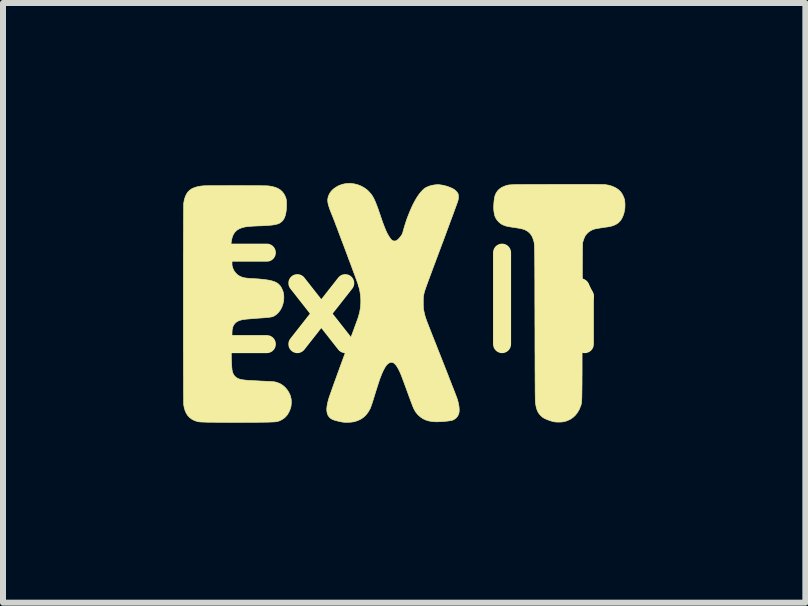
<source format=kicad_pcb>
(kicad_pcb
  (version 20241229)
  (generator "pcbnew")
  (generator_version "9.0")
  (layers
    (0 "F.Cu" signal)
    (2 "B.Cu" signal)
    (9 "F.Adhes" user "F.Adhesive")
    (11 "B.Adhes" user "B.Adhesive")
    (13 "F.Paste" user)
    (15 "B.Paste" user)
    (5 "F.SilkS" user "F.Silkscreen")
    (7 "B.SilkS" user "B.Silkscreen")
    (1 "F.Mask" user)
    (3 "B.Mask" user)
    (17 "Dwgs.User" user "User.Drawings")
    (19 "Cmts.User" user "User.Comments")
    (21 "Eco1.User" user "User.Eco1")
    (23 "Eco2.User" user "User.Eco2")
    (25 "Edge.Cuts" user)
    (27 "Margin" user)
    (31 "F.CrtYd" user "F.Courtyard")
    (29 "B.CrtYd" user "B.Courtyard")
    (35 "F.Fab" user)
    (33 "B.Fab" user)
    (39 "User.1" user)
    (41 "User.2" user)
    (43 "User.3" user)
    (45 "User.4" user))
  (footprint "Ext In"
    (layer "F.Cu")
    (at 3.682 1.994)
    (property "Reference" "Ext In" (at 0 0 0) (layer "F.SilkS") (effects (font (size 1.524 1.524) (thickness 0.3))))
    (attr through_hole)
    (fp_poly (pts (xy 2.992 -1.972) (xy 3.057 -1.972) (xy 3.115 -1.972) (xy 3.166 -1.972) (xy 3.211 -1.971) (xy 3.249 -1.971) (xy 3.281 -1.971) (xy 3.307 -1.97) (xy 3.327 -1.97) (xy 3.342 -1.969) (xy 3.351 -1.969) (xy 3.353 -1.968) (xy 3.411 -1.958) (xy 3.465 -1.942) (xy 3.514 -1.921) (xy 3.557 -1.895) (xy 3.594 -1.864) (xy 3.611 -1.844) (xy 3.632 -1.815) (xy 3.65 -1.78) (xy 3.665 -1.744) (xy 3.673 -1.719) (xy 3.677 -1.697) (xy 3.679 -1.669) (xy 3.681 -1.638) (xy 3.68 -1.606) (xy 3.679 -1.576) (xy 3.676 -1.551) (xy 3.675 -1.545) (xy 3.662 -1.488) (xy 3.645 -1.439) (xy 3.624 -1.396) (xy 3.599 -1.361) (xy 3.569 -1.331) (xy 3.533 -1.307) (xy 3.492 -1.288) (xy 3.444 -1.273) (xy 3.39 -1.263) (xy 3.378 -1.262) (xy 3.351 -1.258) (xy 3.321 -1.254) (xy 3.29 -1.249) (xy 3.259 -1.244) (xy 3.23 -1.239) (xy 3.205 -1.235) (xy 3.186 -1.231) (xy 3.177 -1.229) (xy 3.139 -1.216) (xy 3.103 -1.197) (xy 3.069 -1.173) (xy 3.041 -1.145) (xy 3.019 -1.116) (xy 3.008 -1.094) (xy 2.997 -1.067) (xy 2.986 -1.038) (xy 2.978 -1.009) (xy 2.975 -0.997) (xy 2.975 -0.992) (xy 2.974 -0.984) (xy 2.974 -0.972) (xy 2.974 -0.955) (xy 2.973 -0.934) (xy 2.973 -0.909) (xy 2.972 -0.878) (xy 2.972 -0.843) (xy 2.972 -0.802) (xy 2.971 -0.755) (xy 2.971 -0.703) (xy 2.971 -0.644) (xy 2.97 -0.58) (xy 2.97 -0.509) (xy 2.97 -0.431) (xy 2.969 -0.346) (xy 2.969 -0.254) (xy 2.969 -0.155) (xy 2.968 -0.049) (xy 2.968 0.066) (xy 2.968 0.188) (xy 2.968 0.319) (xy 2.968 0.328) (xy 2.967 0.454) (xy 2.967 0.571) (xy 2.967 0.681) (xy 2.967 0.782) (xy 2.966 0.877) (xy 2.966 0.965) (xy 2.966 1.045) (xy 2.966 1.12) (xy 2.966 1.188) (xy 2.965 1.25) (xy 2.965 1.307) (xy 2.965 1.358) (xy 2.964 1.405) (xy 2.964 1.447) (xy 2.963 1.484) (xy 2.963 1.517) (xy 2.962 1.546) (xy 2.962 1.572) (xy 2.961 1.594) (xy 2.96 1.614) (xy 2.959 1.631) (xy 2.958 1.645) (xy 2.957 1.657) (xy 2.956 1.667) (xy 2.955 1.676) (xy 2.953 1.684) (xy 2.952 1.69) (xy 2.95 1.696) (xy 2.949 1.702) (xy 2.947 1.707) (xy 2.945 1.713) (xy 2.942 1.719) (xy 2.94 1.725) (xy 2.918 1.78) (xy 2.889 1.829) (xy 2.855 1.873) (xy 2.816 1.91) (xy 2.772 1.94) (xy 2.722 1.964) (xy 2.682 1.977) (xy 2.655 1.983) (xy 2.622 1.987) (xy 2.587 1.988) (xy 2.552 1.988) (xy 2.519 1.986) (xy 2.5 1.983) (xy 2.448 1.97) (xy 2.394 1.951) (xy 2.354 1.934) (xy 2.332 1.923) (xy 2.315 1.913) (xy 2.3 1.901) (xy 2.284 1.887) (xy 2.277 1.88) (xy 2.256 1.857) (xy 2.238 1.832) (xy 2.224 1.806) (xy 2.212 1.775) (xy 2.202 1.74) (xy 2.194 1.698) (xy 2.19 1.679) (xy 2.19 1.674) (xy 2.189 1.668) (xy 2.188 1.661) (xy 2.188 1.652) (xy 2.187 1.641) (xy 2.187 1.627) (xy 2.186 1.611) (xy 2.186 1.593) (xy 2.186 1.571) (xy 2.185 1.546) (xy 2.185 1.517) (xy 2.184 1.484) (xy 2.184 1.446) (xy 2.184 1.404) (xy 2.184 1.358) (xy 2.183 1.306) (xy 2.183 1.249) (xy 2.183 1.186) (xy 2.182 1.117) (xy 2.182 1.042) (xy 2.182 0.96) (xy 2.182 0.872) (xy 2.181 0.776) (xy 2.181 0.673) (xy 2.181 0.562) (xy 2.181 0.443) (xy 2.18 0.351) (xy 2.18 0.226) (xy 2.18 0.108) (xy 2.179 -0.001) (xy 2.179 -0.103) (xy 2.179 -0.198) (xy 2.179 -0.286) (xy 2.179 -0.366) (xy 2.178 -0.441) (xy 2.178 -0.509) (xy 2.178 -0.572) (xy 2.177 -0.629) (xy 2.177 -0.68) (xy 2.177 -0.727) (xy 2.176 -0.769) (xy 2.176 -0.806) (xy 2.175 -0.84) (xy 2.175 -0.869) (xy 2.174 -0.895) (xy 2.173 -0.918) (xy 2.172 -0.938) (xy 2.172 -0.955) (xy 2.171 -0.97) (xy 2.169 -0.982) (xy 2.168 -0.993) (xy 2.167 -1.002) (xy 2.166 -1.011) (xy 2.164 -1.018) (xy 2.163 -1.024) (xy 2.161 -1.03) (xy 2.159 -1.036) (xy 2.157 -1.043) (xy 2.155 -1.05) (xy 2.154 -1.052) (xy 2.137 -1.097) (xy 2.114 -1.136) (xy 2.085 -1.169) (xy 2.05 -1.196) (xy 2.009 -1.217) (xy 1.992 -1.223) (xy 1.975 -1.228) (xy 1.951 -1.234) (xy 1.921 -1.24) (xy 1.886 -1.246) (xy 1.848 -1.252) (xy 1.807 -1.258) (xy 1.786 -1.261) (xy 1.739 -1.269) (xy 1.698 -1.278) (xy 1.664 -1.29) (xy 1.633 -1.304) (xy 1.606 -1.322) (xy 1.58 -1.344) (xy 1.574 -1.35) (xy 1.549 -1.378) (xy 1.529 -1.409) (xy 1.514 -1.442) (xy 1.504 -1.48) (xy 1.497 -1.524) (xy 1.495 -1.543) (xy 1.493 -1.578) (xy 1.494 -1.618) (xy 1.496 -1.659) (xy 1.5 -1.7) (xy 1.505 -1.738) (xy 1.512 -1.772) (xy 1.516 -1.786) (xy 1.533 -1.826) (xy 1.557 -1.862) (xy 1.587 -1.893) (xy 1.623 -1.919) (xy 1.666 -1.939) (xy 1.681 -1.945) (xy 1.69 -1.948) (xy 1.698 -1.951) (xy 1.706 -1.953) (xy 1.714 -1.956) (xy 1.722 -1.958) (xy 1.73 -1.96) (xy 1.74 -1.961) (xy 1.751 -1.963) (xy 1.764 -1.964) (xy 1.78 -1.965) (xy 1.798 -1.966) (xy 1.819 -1.967) (xy 1.843 -1.968) (xy 1.871 -1.969) (xy 1.903 -1.969) (xy 1.94 -1.97) (xy 1.982 -1.97) (xy 2.029 -1.97) (xy 2.082 -1.971) (xy 2.14 -1.971) (xy 2.206 -1.971) (xy 2.278 -1.971) (xy 2.358 -1.971) (xy 2.445 -1.972) (xy 2.54 -1.972) (xy 2.551 -1.972) (xy 2.655 -1.972) (xy 2.751 -1.972) (xy 2.839 -1.972) (xy 2.919 -1.972) (xy 2.992 -1.972)) (stroke (width 0.01) (type solid)) (fill yes) (layer "F.SilkS"))
    (fp_poly (pts (xy -2.724 -1.952) (xy -2.64 -1.951) (xy -2.564 -1.951) (xy -2.497 -1.951) (xy -2.437 -1.951) (xy -2.387 -1.95) (xy -2.344 -1.949) (xy -2.31 -1.949) (xy -2.285 -1.948) (xy -2.268 -1.947) (xy -2.262 -1.947) (xy -2.203 -1.938) (xy -2.15 -1.924) (xy -2.104 -1.906) (xy -2.065 -1.882) (xy -2.031 -1.852) (xy -2.004 -1.818) (xy -1.988 -1.789) (xy -1.978 -1.767) (xy -1.97 -1.748) (xy -1.965 -1.728) (xy -1.961 -1.707) (xy -1.959 -1.682) (xy -1.958 -1.652) (xy -1.958 -1.628) (xy -1.96 -1.565) (xy -1.967 -1.509) (xy -1.977 -1.46) (xy -1.992 -1.418) (xy -2.011 -1.383) (xy -2.035 -1.355) (xy -2.063 -1.333) (xy -2.08 -1.323) (xy -2.097 -1.316) (xy -2.117 -1.31) (xy -2.139 -1.304) (xy -2.165 -1.299) (xy -2.195 -1.295) (xy -2.23 -1.291) (xy -2.27 -1.288) (xy -2.317 -1.285) (xy -2.37 -1.282) (xy -2.431 -1.28) (xy -2.462 -1.279) (xy -2.522 -1.276) (xy -2.574 -1.272) (xy -2.62 -1.267) (xy -2.659 -1.261) (xy -2.694 -1.252) (xy -2.723 -1.242) (xy -2.75 -1.23) (xy -2.773 -1.216) (xy -2.786 -1.207) (xy -2.809 -1.186) (xy -2.828 -1.163) (xy -2.844 -1.137) (xy -2.858 -1.106) (xy -2.868 -1.071) (xy -2.877 -1.03) (xy -2.883 -0.982) (xy -2.887 -0.928) (xy -2.89 -0.867) (xy -2.89 -0.863) (xy -2.891 -0.814) (xy -2.89 -0.773) (xy -2.889 -0.737) (xy -2.886 -0.705) (xy -2.881 -0.674) (xy -2.875 -0.645) (xy -2.872 -0.631) (xy -2.855 -0.58) (xy -2.834 -0.535) (xy -2.807 -0.498) (xy -2.776 -0.467) (xy -2.739 -0.443) (xy -2.699 -0.426) (xy -2.685 -0.422) (xy -2.666 -0.417) (xy -2.644 -0.413) (xy -2.618 -0.41) (xy -2.588 -0.407) (xy -2.552 -0.404) (xy -2.515 -0.402) (xy -2.445 -0.398) (xy -2.383 -0.393) (xy -2.328 -0.387) (xy -2.28 -0.38) (xy -2.238 -0.373) (xy -2.201 -0.364) (xy -2.169 -0.354) (xy -2.142 -0.343) (xy -2.118 -0.33) (xy -2.097 -0.315) (xy -2.079 -0.298) (xy -2.072 -0.291) (xy -2.057 -0.272) (xy -2.042 -0.247) (xy -2.029 -0.219) (xy -2.018 -0.191) (xy -2.013 -0.176) (xy -2.007 -0.147) (xy -2.004 -0.114) (xy -2.003 -0.08) (xy -2.005 -0.047) (xy -2.006 -0.033) (xy -2.018 0.02) (xy -2.035 0.07) (xy -2.058 0.115) (xy -2.086 0.154) (xy -2.119 0.188) (xy -2.141 0.205) (xy -2.153 0.213) (xy -2.163 0.219) (xy -2.174 0.225) (xy -2.185 0.23) (xy -2.198 0.234) (xy -2.213 0.237) (xy -2.231 0.24) (xy -2.254 0.243) (xy -2.281 0.246) (xy -2.314 0.249) (xy -2.353 0.252) (xy -2.4 0.255) (xy -2.413 0.256) (xy -2.467 0.26) (xy -2.514 0.264) (xy -2.554 0.267) (xy -2.587 0.27) (xy -2.616 0.272) (xy -2.639 0.275) (xy -2.659 0.277) (xy -2.675 0.279) (xy -2.689 0.282) (xy -2.701 0.284) (xy -2.713 0.287) (xy -2.717 0.288) (xy -2.758 0.302) (xy -2.792 0.321) (xy -2.819 0.345) (xy -2.841 0.375) (xy -2.856 0.41) (xy -2.864 0.442) (xy -2.868 0.467) (xy -2.871 0.499) (xy -2.873 0.537) (xy -2.875 0.58) (xy -2.877 0.628) (xy -2.878 0.679) (xy -2.879 0.732) (xy -2.879 0.786) (xy -2.879 0.84) (xy -2.878 0.893) (xy -2.877 0.944) (xy -2.875 0.992) (xy -2.873 1.035) (xy -2.87 1.074) (xy -2.867 1.106) (xy -2.864 1.13) (xy -2.853 1.17) (xy -2.836 1.204) (xy -2.813 1.231) (xy -2.784 1.253) (xy -2.767 1.262) (xy -2.753 1.267) (xy -2.738 1.273) (xy -2.721 1.277) (xy -2.702 1.281) (xy -2.679 1.285) (xy -2.653 1.288) (xy -2.622 1.291) (xy -2.585 1.294) (xy -2.542 1.296) (xy -2.492 1.299) (xy -2.434 1.302) (xy -2.379 1.305) (xy -2.332 1.307) (xy -2.292 1.309) (xy -2.259 1.31) (xy -2.231 1.312) (xy -2.208 1.313) (xy -2.189 1.315) (xy -2.174 1.316) (xy -2.162 1.317) (xy -2.153 1.319) (xy -2.145 1.32) (xy -2.138 1.322) (xy -2.131 1.324) (xy -2.124 1.326) (xy -2.121 1.327) (xy -2.102 1.334) (xy -2.084 1.34) (xy -2.071 1.346) (xy -2.068 1.347) (xy -2.024 1.374) (xy -1.984 1.408) (xy -1.95 1.447) (xy -1.921 1.491) (xy -1.898 1.539) (xy -1.884 1.59) (xy -1.884 1.59) (xy -1.88 1.613) (xy -1.879 1.642) (xy -1.879 1.673) (xy -1.881 1.703) (xy -1.884 1.729) (xy -1.885 1.734) (xy -1.902 1.786) (xy -1.924 1.833) (xy -1.951 1.875) (xy -1.984 1.911) (xy -2.023 1.94) (xy -2.052 1.956) (xy -2.068 1.964) (xy -2.083 1.97) (xy -2.097 1.975) (xy -2.112 1.979) (xy -2.129 1.982) (xy -2.148 1.984) (xy -2.172 1.986) (xy -2.201 1.987) (xy -2.236 1.988) (xy -2.278 1.99) (xy -2.288 1.99) (xy -2.318 1.99) (xy -2.356 1.991) (xy -2.399 1.991) (xy -2.449 1.992) (xy -2.503 1.992) (xy -2.561 1.992) (xy -2.622 1.992) (xy -2.685 1.993) (xy -2.75 1.993) (xy -2.815 1.993) (xy -2.88 1.993) (xy -2.944 1.993) (xy -3.006 1.992) (xy -3.065 1.992) (xy -3.121 1.992) (xy -3.172 1.991) (xy -3.218 1.991) (xy -3.258 1.991) (xy -3.291 1.99) (xy -3.313 1.989) (xy -3.347 1.988) (xy -3.375 1.987) (xy -3.397 1.986) (xy -3.414 1.984) (xy -3.428 1.982) (xy -3.441 1.979) (xy -3.446 1.978) (xy -3.494 1.962) (xy -3.536 1.94) (xy -3.572 1.913) (xy -3.603 1.881) (xy -3.628 1.842) (xy -3.648 1.798) (xy -3.663 1.746) (xy -3.671 1.702) (xy -3.672 1.694) (xy -3.672 1.679) (xy -3.673 1.655) (xy -3.673 1.625) (xy -3.673 1.587) (xy -3.674 1.542) (xy -3.674 1.492) (xy -3.675 1.435) (xy -3.675 1.372) (xy -3.675 1.305) (xy -3.675 1.232) (xy -3.676 1.155) (xy -3.676 1.074) (xy -3.676 0.988) (xy -3.676 0.9) (xy -3.677 0.808) (xy -3.677 0.713) (xy -3.677 0.616) (xy -3.677 0.517) (xy -3.677 0.416) (xy -3.677 0.314) (xy -3.677 0.211) (xy -3.677 0.107) (xy -3.677 0.003) (xy -3.677 -0.101) (xy -3.677 -0.205) (xy -3.677 -0.308) (xy -3.677 -0.41) (xy -3.677 -0.51) (xy -3.677 -0.608) (xy -3.677 -0.705) (xy -3.677 -0.798) (xy -3.676 -0.889) (xy -3.676 -0.977) (xy -3.676 -1.06) (xy -3.676 -1.14) (xy -3.675 -1.216) (xy -3.675 -1.287) (xy -3.675 -1.353) (xy -3.674 -1.413) (xy -3.674 -1.468) (xy -3.674 -1.517) (xy -3.673 -1.559) (xy -3.673 -1.594) (xy -3.673 -1.623) (xy -3.672 -1.643) (xy -3.672 -1.656) (xy -3.671 -1.66) (xy -3.661 -1.716) (xy -3.646 -1.765) (xy -3.627 -1.806) (xy -3.604 -1.842) (xy -3.575 -1.872) (xy -3.54 -1.897) (xy -3.499 -1.916) (xy -3.452 -1.931) (xy -3.397 -1.942) (xy -3.374 -1.945) (xy -3.365 -1.946) (xy -3.355 -1.947) (xy -3.341 -1.948) (xy -3.325 -1.949) (xy -3.306 -1.949) (xy -3.282 -1.95) (xy -3.255 -1.95) (xy -3.222 -1.951) (xy -3.184 -1.951) (xy -3.141 -1.951) (xy -3.092 -1.951) (xy -3.036 -1.951) (xy -2.972 -1.951) (xy -2.902 -1.952) (xy -2.823 -1.952) (xy -2.817 -1.952) (xy -2.724 -1.952)) (stroke (width 0.01) (type solid)) (fill yes) (layer "F.SilkS"))
    (fp_poly (pts (xy -0.886 -1.988) (xy -0.826 -1.98) (xy -0.768 -1.965) (xy -0.713 -1.943) (xy -0.662 -1.914) (xy -0.615 -1.88) (xy -0.597 -1.863) (xy -0.578 -1.843) (xy -0.561 -1.824) (xy -0.544 -1.803) (xy -0.529 -1.781) (xy -0.514 -1.756) (xy -0.499 -1.727) (xy -0.484 -1.695) (xy -0.469 -1.659) (xy -0.453 -1.617) (xy -0.435 -1.569) (xy -0.416 -1.514) (xy -0.395 -1.453) (xy -0.392 -1.444) (xy -0.372 -1.385) (xy -0.354 -1.334) (xy -0.337 -1.289) (xy -0.322 -1.25) (xy -0.308 -1.216) (xy -0.295 -1.186) (xy -0.283 -1.161) (xy -0.27 -1.138) (xy -0.266 -1.13) (xy -0.247 -1.099) (xy -0.23 -1.074) (xy -0.216 -1.056) (xy -0.203 -1.043) (xy -0.189 -1.035) (xy -0.176 -1.03) (xy -0.16 -1.029) (xy -0.159 -1.029) (xy -0.142 -1.03) (xy -0.126 -1.036) (xy -0.111 -1.047) (xy -0.093 -1.063) (xy -0.08 -1.077) (xy -0.059 -1.102) (xy -0.043 -1.123) (xy -0.032 -1.143) (xy -0.023 -1.164) (xy -0.017 -1.187) (xy -0.002 -1.241) (xy 0.016 -1.3) (xy 0.036 -1.363) (xy 0.059 -1.427) (xy 0.084 -1.49) (xy 0.109 -1.55) (xy 0.134 -1.606) (xy 0.144 -1.628) (xy 0.177 -1.691) (xy 0.21 -1.748) (xy 0.243 -1.798) (xy 0.277 -1.841) (xy 0.31 -1.877) (xy 0.342 -1.905) (xy 0.371 -1.923) (xy 0.409 -1.939) (xy 0.452 -1.953) (xy 0.497 -1.962) (xy 0.542 -1.967) (xy 0.583 -1.967) (xy 0.586 -1.967) (xy 0.646 -1.958) (xy 0.707 -1.943) (xy 0.766 -1.922) (xy 0.811 -1.902) (xy 0.835 -1.887) (xy 0.858 -1.869) (xy 0.877 -1.849) (xy 0.892 -1.83) (xy 0.901 -1.811) (xy 0.902 -1.81) (xy 0.906 -1.784) (xy 0.906 -1.754) (xy 0.903 -1.724) (xy 0.898 -1.702) (xy 0.895 -1.693) (xy 0.89 -1.676) (xy 0.881 -1.653) (xy 0.87 -1.622) (xy 0.857 -1.586) (xy 0.841 -1.543) (xy 0.824 -1.495) (xy 0.804 -1.441) (xy 0.782 -1.383) (xy 0.759 -1.321) (xy 0.735 -1.255) (xy 0.709 -1.185) (xy 0.682 -1.111) (xy 0.654 -1.036) (xy 0.624 -0.957) (xy 0.594 -0.877) (xy 0.564 -0.796) (xy 0.533 -0.713) (xy 0.508 -0.646) (xy 0.482 -0.577) (xy 0.459 -0.515) (xy 0.439 -0.461) (xy 0.421 -0.412) (xy 0.405 -0.37) (xy 0.392 -0.333) (xy 0.38 -0.301) (xy 0.37 -0.274) (xy 0.362 -0.25) (xy 0.355 -0.23) (xy 0.349 -0.213) (xy 0.344 -0.198) (xy 0.34 -0.184) (xy 0.337 -0.173) (xy 0.334 -0.162) (xy 0.332 -0.151) (xy 0.329 -0.141) (xy 0.329 -0.14) (xy 0.326 -0.123) (xy 0.323 -0.107) (xy 0.322 -0.091) (xy 0.321 -0.072) (xy 0.32 -0.049) (xy 0.32 -0.02) (xy 0.32 -0.006) (xy 0.32 0.03) (xy 0.321 0.059) (xy 0.322 0.085) (xy 0.325 0.109) (xy 0.329 0.133) (xy 0.335 0.159) (xy 0.342 0.191) (xy 0.343 0.196) (xy 0.346 0.207) (xy 0.349 0.218) (xy 0.352 0.229) (xy 0.355 0.24) (xy 0.359 0.252) (xy 0.364 0.266) (xy 0.37 0.282) (xy 0.376 0.301) (xy 0.385 0.323) (xy 0.395 0.348) (xy 0.406 0.378) (xy 0.42 0.413) (xy 0.436 0.454) (xy 0.454 0.5) (xy 0.475 0.553) (xy 0.499 0.614) (xy 0.506 0.631) (xy 0.531 0.694) (xy 0.556 0.758) (xy 0.582 0.824) (xy 0.608 0.889) (xy 0.634 0.955) (xy 0.66 1.021) (xy 0.685 1.085) (xy 0.71 1.148) (xy 0.734 1.209) (xy 0.756 1.267) (xy 0.778 1.323) (xy 0.798 1.375) (xy 0.817 1.422) (xy 0.834 1.466) (xy 0.849 1.504) (xy 0.861 1.537) (xy 0.872 1.564) (xy 0.879 1.584) (xy 0.884 1.597) (xy 0.886 1.602) (xy 0.899 1.648) (xy 0.909 1.693) (xy 0.916 1.736) (xy 0.919 1.776) (xy 0.918 1.811) (xy 0.914 1.84) (xy 0.912 1.844) (xy 0.898 1.88) (xy 0.877 1.91) (xy 0.85 1.934) (xy 0.818 1.953) (xy 0.8 1.959) (xy 0.787 1.962) (xy 0.768 1.966) (xy 0.742 1.969) (xy 0.712 1.973) (xy 0.678 1.976) (xy 0.643 1.979) (xy 0.613 1.981) (xy 0.543 1.984) (xy 0.478 1.98) (xy 0.42 1.971) (xy 0.367 1.956) (xy 0.319 1.934) (xy 0.276 1.906) (xy 0.237 1.872) (xy 0.203 1.833) (xy 0.194 1.82) (xy 0.185 1.806) (xy 0.177 1.792) (xy 0.168 1.776) (xy 0.159 1.757) (xy 0.149 1.735) (xy 0.139 1.709) (xy 0.127 1.677) (xy 0.113 1.641) (xy 0.097 1.597) (xy 0.078 1.547) (xy 0.077 1.543) (xy 0.055 1.483) (xy 0.036 1.43) (xy 0.019 1.385) (xy 0.005 1.345) (xy -0.008 1.311) (xy -0.019 1.282) (xy -0.028 1.257) (xy -0.036 1.236) (xy -0.043 1.218) (xy -0.049 1.202) (xy -0.055 1.188) (xy -0.06 1.176) (xy -0.065 1.164) (xy -0.067 1.161) (xy -0.09 1.112) (xy -0.113 1.072) (xy -0.135 1.04) (xy -0.156 1.017) (xy -0.177 1.001) (xy -0.198 0.993) (xy -0.219 0.992) (xy -0.222 0.993) (xy -0.246 1.002) (xy -0.269 1.017) (xy -0.291 1.039) (xy -0.312 1.068) (xy -0.316 1.075) (xy -0.329 1.098) (xy -0.342 1.122) (xy -0.354 1.147) (xy -0.366 1.173) (xy -0.378 1.203) (xy -0.391 1.236) (xy -0.405 1.273) (xy -0.419 1.315) (xy -0.434 1.362) (xy -0.451 1.415) (xy -0.47 1.474) (xy -0.491 1.542) (xy -0.496 1.558) (xy -0.512 1.611) (xy -0.526 1.656) (xy -0.539 1.694) (xy -0.55 1.725) (xy -0.559 1.749) (xy -0.566 1.767) (xy -0.567 1.767) (xy -0.596 1.819) (xy -0.63 1.864) (xy -0.669 1.903) (xy -0.714 1.935) (xy -0.764 1.96) (xy -0.819 1.979) (xy -0.84 1.984) (xy -0.857 1.986) (xy -0.879 1.989) (xy -0.905 1.991) (xy -0.933 1.992) (xy -0.96 1.992) (xy -0.983 1.992) (xy -1.001 1.991) (xy -1.001 1.991) (xy -1.032 1.987) (xy -1.065 1.981) (xy -1.099 1.973) (xy -1.132 1.965) (xy -1.161 1.956) (xy -1.185 1.948) (xy -1.192 1.945) (xy -1.223 1.927) (xy -1.247 1.904) (xy -1.266 1.878) (xy -1.279 1.846) (xy -1.286 1.809) (xy -1.288 1.768) (xy -1.283 1.72) (xy -1.273 1.667) (xy -1.258 1.608) (xy -1.252 1.59) (xy -1.248 1.576) (xy -1.241 1.556) (xy -1.231 1.528) (xy -1.219 1.495) (xy -1.205 1.455) (xy -1.19 1.411) (xy -1.172 1.361) (xy -1.153 1.308) (xy -1.132 1.252) (xy -1.111 1.192) (xy -1.088 1.13) (xy -1.065 1.066) (xy -1.041 1.001) (xy -1.017 0.936) (xy -0.993 0.87) (xy -0.969 0.805) (xy -0.946 0.74) (xy -0.923 0.677) (xy -0.9 0.617) (xy -0.879 0.559) (xy -0.871 0.538) (xy -0.854 0.492) (xy -0.837 0.447) (xy -0.822 0.404) (xy -0.807 0.364) (xy -0.794 0.328) (xy -0.782 0.296) (xy -0.773 0.27) (xy -0.766 0.25) (xy -0.761 0.236) (xy -0.761 0.235) (xy -0.74 0.159) (xy -0.727 0.083) (xy -0.721 0.007) (xy -0.721 -0.053) (xy -0.725 -0.118) (xy -0.734 -0.179) (xy -0.746 -0.239) (xy -0.764 -0.301) (xy -0.772 -0.324) (xy -0.777 -0.339) (xy -0.786 -0.362) (xy -0.796 -0.391) (xy -0.809 -0.426) (xy -0.824 -0.467) (xy -0.841 -0.512) (xy -0.859 -0.561) (xy -0.878 -0.613) (xy -0.899 -0.669) (xy -0.921 -0.726) (xy -0.943 -0.786) (xy -0.965 -0.846) (xy -0.988 -0.907) (xy -1.011 -0.968) (xy -1.034 -1.028) (xy -1.056 -1.086) (xy -1.077 -1.142) (xy -1.097 -1.196) (xy -1.116 -1.247) (xy -1.134 -1.293) (xy -1.15 -1.336) (xy -1.164 -1.373) (xy -1.176 -1.404) (xy -1.186 -1.429) (xy -1.193 -1.448) (xy -1.197 -1.456) (xy -1.218 -1.508) (xy -1.236 -1.554) (xy -1.249 -1.593) (xy -1.26 -1.628) (xy -1.267 -1.658) (xy -1.271 -1.685) (xy -1.272 -1.71) (xy -1.27 -1.733) (xy -1.266 -1.756) (xy -1.259 -1.778) (xy -1.257 -1.784) (xy -1.238 -1.823) (xy -1.212 -1.86) (xy -1.179 -1.893) (xy -1.141 -1.921) (xy -1.098 -1.946) (xy -1.052 -1.965) (xy -1.003 -1.979) (xy -0.952 -1.987) (xy -0.9 -1.989) (xy -0.886 -1.988)) (stroke (width 0.01) (type solid)) (fill yes) (layer "F.SilkS")))
  (gr_rect
    (start -3 -3)
    (end 10.368 6.991)
    (stroke (width 0.1) (type default))
    (fill no)
    (layer "Edge.Cuts")))
</source>
